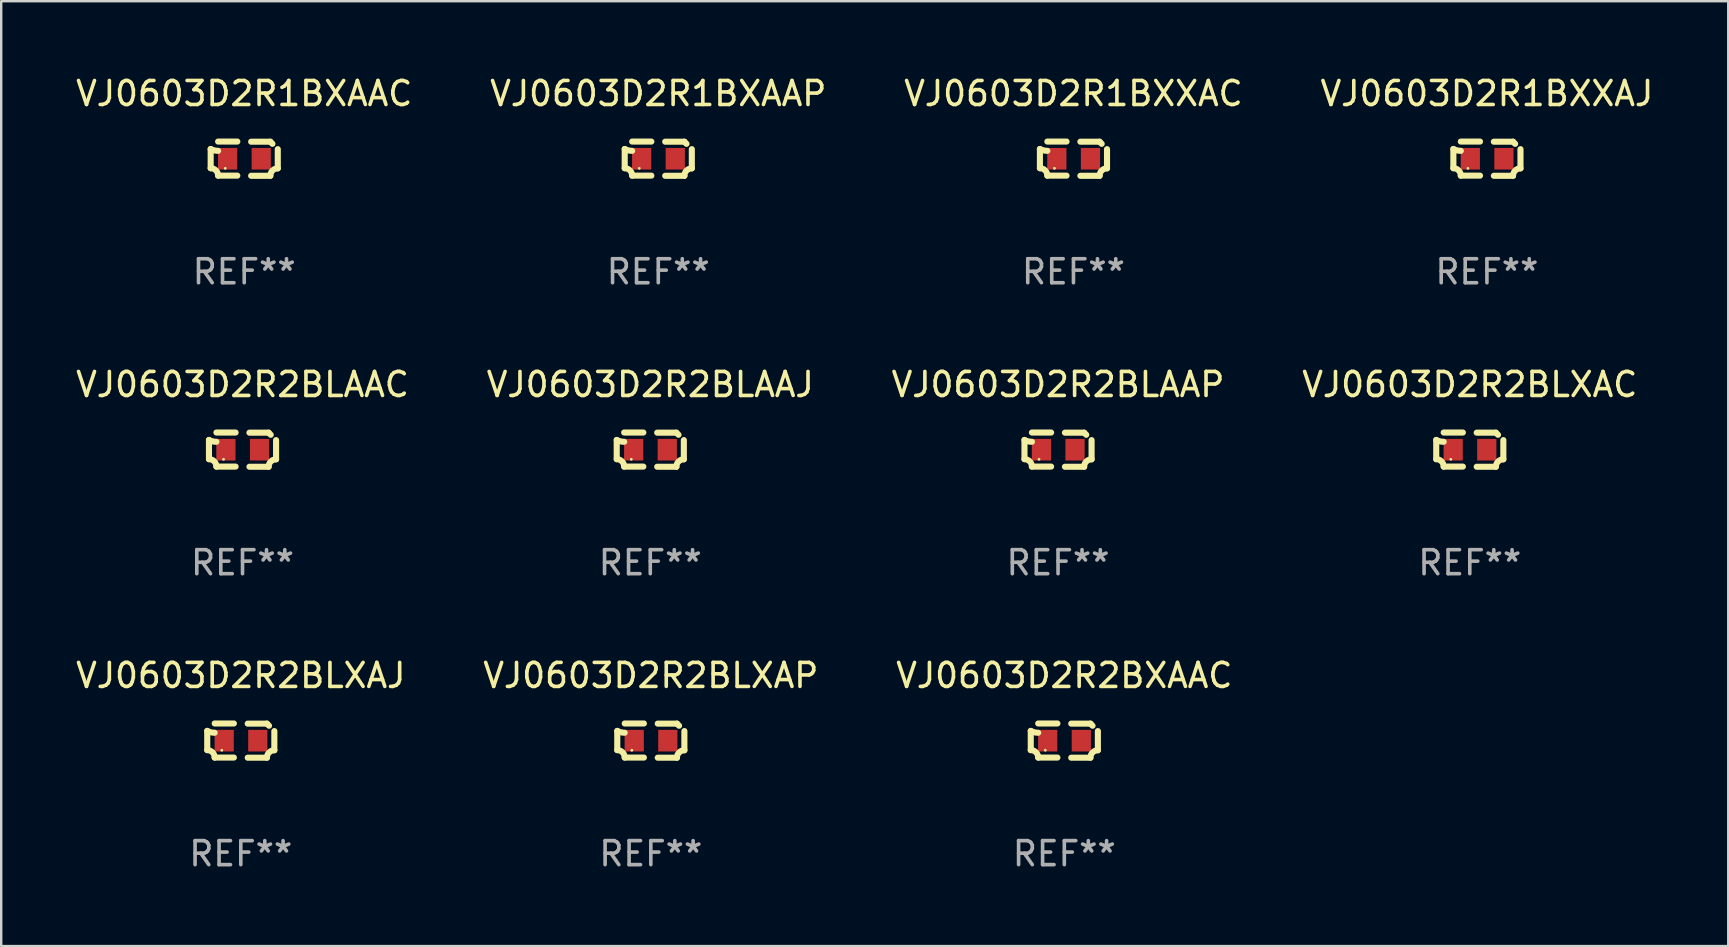
<source format=kicad_pcb>
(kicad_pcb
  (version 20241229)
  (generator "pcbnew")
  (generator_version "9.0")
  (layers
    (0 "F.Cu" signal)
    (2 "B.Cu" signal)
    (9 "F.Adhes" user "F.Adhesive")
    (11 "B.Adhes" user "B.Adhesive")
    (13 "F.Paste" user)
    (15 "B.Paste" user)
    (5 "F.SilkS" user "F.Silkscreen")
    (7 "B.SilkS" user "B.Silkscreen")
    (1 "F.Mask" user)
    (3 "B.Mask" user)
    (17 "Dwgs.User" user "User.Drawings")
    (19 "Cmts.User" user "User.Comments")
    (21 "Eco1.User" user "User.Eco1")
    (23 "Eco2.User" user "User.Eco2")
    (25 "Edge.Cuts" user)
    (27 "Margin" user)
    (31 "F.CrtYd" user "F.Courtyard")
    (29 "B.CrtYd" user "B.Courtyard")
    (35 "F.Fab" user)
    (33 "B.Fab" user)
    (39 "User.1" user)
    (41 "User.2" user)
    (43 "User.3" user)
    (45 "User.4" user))
  (footprint "VJ0603D2R2BLXAC"
    (layer "F.Cu")
    (at 58.185 15.683)
    (property "Reference" "VJ0603D2R2BLXAC" (at 0 -2.713 0) (layer "F.SilkS") (effects (font (size 1 1) (thickness 0.15))))
    (attr through_hole)
    (fp_line (start -1.398 -0.403) (end -1.398 0.397) (stroke (width 0.254) (type solid)) (layer "F.SilkS"))
    (fp_line (start -0.288 -0.713) (end -1.088 -0.713) (stroke (width 0.254) (type solid)) (layer "F.SilkS"))
    (fp_line (start -0.288 0.707) (end -1.088 0.707) (stroke (width 0.254) (type solid)) (layer "F.SilkS"))
    (fp_line (start 0.288 -0.707) (end 1.088 -0.707) (stroke (width 0.254) (type solid)) (layer "F.SilkS"))
    (fp_line (start 0.288 0.713) (end 1.088 0.713) (stroke (width 0.254) (type solid)) (layer "F.SilkS"))
    (fp_line (start 1.398 -0.397) (end 1.398 0.403) (stroke (width 0.254) (type solid)) (layer "F.SilkS"))
    (fp_arc (start -1.397789 0.397066) (mid -1.178701 0.487826) (end -1.08796 0.706922) (stroke (width 0.254001) (type solid)) (layer "F.SilkS"))
    (fp_arc (start -1.08796 -0.327176) (mid -1.247436 -0.346384) (end -1.39779 -0.402908) (stroke (width 0.254001) (type solid)) (layer "F.SilkS"))
    (fp_arc (start 1.087909 0.712738) (mid 1.178656 0.493655) (end 1.397739 0.402908) (stroke (width 0.254001) (type solid)) (layer "F.SilkS"))
    (fp_arc (start 1.175925 -0.618926) (mid 1.131917 -0.662923) (end 1.08791 -0.706922) (stroke (width 0.254001) (type solid)) (layer "F.SilkS"))
    (fp_circle (center -0.792 0.403) (end -0.762 0.403) (stroke (width 0.06) (type solid)) (fill no) (layer "F.SilkS"))
    (fp_text user "REF**" (at 0 4.713 0) (layer "F.Fab") (effects (font (size 1 1) (thickness 0.15))))
    (pad "1" smd rect (at -0.692 0.003) (size 0.8 0.9) (layers "F.Cu" "F.Mask" "F.Paste"))
    (pad "2" smd rect (at 0.708 0.003) (size 0.8 0.9) (layers "F.Cu" "F.Mask" "F.Paste")))
  (footprint "VJ0603D2R2BLAAJ"
    (layer "F.Cu")
    (at 24.042 15.683)
    (property "Reference" "VJ0603D2R2BLAAJ" (at 0 -2.713 0) (layer "F.SilkS") (effects (font (size 1 1) (thickness 0.15))))
    (attr through_hole)
    (fp_line (start -1.398 -0.403) (end -1.398 0.397) (stroke (width 0.254) (type solid)) (layer "F.SilkS"))
    (fp_line (start -0.288 -0.713) (end -1.088 -0.713) (stroke (width 0.254) (type solid)) (layer "F.SilkS"))
    (fp_line (start -0.288 0.707) (end -1.088 0.707) (stroke (width 0.254) (type solid)) (layer "F.SilkS"))
    (fp_line (start 0.288 -0.707) (end 1.088 -0.707) (stroke (width 0.254) (type solid)) (layer "F.SilkS"))
    (fp_line (start 0.288 0.713) (end 1.088 0.713) (stroke (width 0.254) (type solid)) (layer "F.SilkS"))
    (fp_line (start 1.398 -0.397) (end 1.398 0.403) (stroke (width 0.254) (type solid)) (layer "F.SilkS"))
    (fp_arc (start -1.397789 0.397066) (mid -1.178701 0.487826) (end -1.08796 0.706922) (stroke (width 0.254001) (type solid)) (layer "F.SilkS"))
    (fp_arc (start -1.08796 -0.327176) (mid -1.247436 -0.346384) (end -1.39779 -0.402908) (stroke (width 0.254001) (type solid)) (layer "F.SilkS"))
    (fp_arc (start 1.087909 0.712738) (mid 1.178656 0.493655) (end 1.397739 0.402908) (stroke (width 0.254001) (type solid)) (layer "F.SilkS"))
    (fp_arc (start 1.175925 -0.618926) (mid 1.131917 -0.662923) (end 1.08791 -0.706922) (stroke (width 0.254001) (type solid)) (layer "F.SilkS"))
    (fp_circle (center -0.792 0.403) (end -0.762 0.403) (stroke (width 0.06) (type solid)) (fill no) (layer "F.SilkS"))
    (fp_text user "REF**" (at 0 4.713 0) (layer "F.Fab") (effects (font (size 1 1) (thickness 0.15))))
    (pad "1" smd rect (at -0.692 0.003) (size 0.8 0.9) (layers "F.Cu" "F.Mask" "F.Paste"))
    (pad "2" smd rect (at 0.708 0.003) (size 0.8 0.9) (layers "F.Cu" "F.Mask" "F.Paste")))
  (footprint "VJ0603D2R2BLXAP"
    (layer "F.Cu")
    (at 24.065 27.805)
    (property "Reference" "VJ0603D2R2BLXAP" (at 0 -2.713 0) (layer "F.SilkS") (effects (font (size 1 1) (thickness 0.15))))
    (attr through_hole)
    (fp_line (start -1.398 -0.403) (end -1.398 0.397) (stroke (width 0.254) (type solid)) (layer "F.SilkS"))
    (fp_line (start -0.288 -0.713) (end -1.088 -0.713) (stroke (width 0.254) (type solid)) (layer "F.SilkS"))
    (fp_line (start -0.288 0.707) (end -1.088 0.707) (stroke (width 0.254) (type solid)) (layer "F.SilkS"))
    (fp_line (start 0.288 -0.707) (end 1.088 -0.707) (stroke (width 0.254) (type solid)) (layer "F.SilkS"))
    (fp_line (start 0.288 0.713) (end 1.088 0.713) (stroke (width 0.254) (type solid)) (layer "F.SilkS"))
    (fp_line (start 1.398 -0.397) (end 1.398 0.403) (stroke (width 0.254) (type solid)) (layer "F.SilkS"))
    (fp_arc (start -1.397789 0.397066) (mid -1.178701 0.487826) (end -1.08796 0.706922) (stroke (width 0.254001) (type solid)) (layer "F.SilkS"))
    (fp_arc (start -1.08796 -0.327176) (mid -1.247436 -0.346384) (end -1.39779 -0.402908) (stroke (width 0.254001) (type solid)) (layer "F.SilkS"))
    (fp_arc (start 1.087909 0.712738) (mid 1.178656 0.493655) (end 1.397739 0.402908) (stroke (width 0.254001) (type solid)) (layer "F.SilkS"))
    (fp_arc (start 1.175925 -0.618926) (mid 1.131917 -0.662923) (end 1.08791 -0.706922) (stroke (width 0.254001) (type solid)) (layer "F.SilkS"))
    (fp_circle (center -0.792 0.403) (end -0.762 0.403) (stroke (width 0.06) (type solid)) (fill no) (layer "F.SilkS"))
    (fp_text user "REF**" (at 0 4.713 0) (layer "F.Fab") (effects (font (size 1 1) (thickness 0.15))))
    (pad "1" smd rect (at -0.692 0.003) (size 0.8 0.9) (layers "F.Cu" "F.Mask" "F.Paste"))
    (pad "2" smd rect (at 0.708 0.003) (size 0.8 0.9) (layers "F.Cu" "F.Mask" "F.Paste")))
  (footprint "VJ0603D2R1BXAAC"
    (layer "F.Cu")
    (at 7.125 3.561)
    (property "Reference" "VJ0603D2R1BXAAC" (at 0 -2.713 0) (layer "F.SilkS") (effects (font (size 1 1) (thickness 0.15))))
    (attr through_hole)
    (fp_line (start -1.398 -0.403) (end -1.398 0.397) (stroke (width 0.254) (type solid)) (layer "F.SilkS"))
    (fp_line (start -0.288 -0.713) (end -1.088 -0.713) (stroke (width 0.254) (type solid)) (layer "F.SilkS"))
    (fp_line (start -0.288 0.707) (end -1.088 0.707) (stroke (width 0.254) (type solid)) (layer "F.SilkS"))
    (fp_line (start 0.288 -0.707) (end 1.088 -0.707) (stroke (width 0.254) (type solid)) (layer "F.SilkS"))
    (fp_line (start 0.288 0.713) (end 1.088 0.713) (stroke (width 0.254) (type solid)) (layer "F.SilkS"))
    (fp_line (start 1.398 -0.397) (end 1.398 0.403) (stroke (width 0.254) (type solid)) (layer "F.SilkS"))
    (fp_arc (start -1.397789 0.397066) (mid -1.178701 0.487826) (end -1.08796 0.706922) (stroke (width 0.254001) (type solid)) (layer "F.SilkS"))
    (fp_arc (start -1.08796 -0.327176) (mid -1.247436 -0.346384) (end -1.39779 -0.402908) (stroke (width 0.254001) (type solid)) (layer "F.SilkS"))
    (fp_arc (start 1.087909 0.712738) (mid 1.178656 0.493655) (end 1.397739 0.402908) (stroke (width 0.254001) (type solid)) (layer "F.SilkS"))
    (fp_arc (start 1.175925 -0.618926) (mid 1.131917 -0.662923) (end 1.08791 -0.706922) (stroke (width 0.254001) (type solid)) (layer "F.SilkS"))
    (fp_circle (center -0.792 0.403) (end -0.762 0.403) (stroke (width 0.06) (type solid)) (fill no) (layer "F.SilkS"))
    (fp_text user "REF**" (at 0 4.713 0) (layer "F.Fab") (effects (font (size 1 1) (thickness 0.15))))
    (pad "1" smd rect (at -0.692 0.003) (size 0.8 0.9) (layers "F.Cu" "F.Mask" "F.Paste"))
    (pad "2" smd rect (at 0.708 0.003) (size 0.8 0.9) (layers "F.Cu" "F.Mask" "F.Paste")))
  (footprint "VJ0603D2R2BLAAC"
    (layer "F.Cu")
    (at 7.054 15.683)
    (property "Reference" "VJ0603D2R2BLAAC" (at 0 -2.713 0) (layer "F.SilkS") (effects (font (size 1 1) (thickness 0.15))))
    (attr through_hole)
    (fp_line (start -1.398 -0.403) (end -1.398 0.397) (stroke (width 0.254) (type solid)) (layer "F.SilkS"))
    (fp_line (start -0.288 -0.713) (end -1.088 -0.713) (stroke (width 0.254) (type solid)) (layer "F.SilkS"))
    (fp_line (start -0.288 0.707) (end -1.088 0.707) (stroke (width 0.254) (type solid)) (layer "F.SilkS"))
    (fp_line (start 0.288 -0.707) (end 1.088 -0.707) (stroke (width 0.254) (type solid)) (layer "F.SilkS"))
    (fp_line (start 0.288 0.713) (end 1.088 0.713) (stroke (width 0.254) (type solid)) (layer "F.SilkS"))
    (fp_line (start 1.398 -0.397) (end 1.398 0.403) (stroke (width 0.254) (type solid)) (layer "F.SilkS"))
    (fp_arc (start -1.397789 0.397066) (mid -1.178701 0.487826) (end -1.08796 0.706922) (stroke (width 0.254001) (type solid)) (layer "F.SilkS"))
    (fp_arc (start -1.08796 -0.327176) (mid -1.247436 -0.346384) (end -1.39779 -0.402908) (stroke (width 0.254001) (type solid)) (layer "F.SilkS"))
    (fp_arc (start 1.087909 0.712738) (mid 1.178656 0.493655) (end 1.397739 0.402908) (stroke (width 0.254001) (type solid)) (layer "F.SilkS"))
    (fp_arc (start 1.175925 -0.618926) (mid 1.131917 -0.662923) (end 1.08791 -0.706922) (stroke (width 0.254001) (type solid)) (layer "F.SilkS"))
    (fp_circle (center -0.792 0.403) (end -0.762 0.403) (stroke (width 0.06) (type solid)) (fill no) (layer "F.SilkS"))
    (fp_text user "REF**" (at 0 4.713 0) (layer "F.Fab") (effects (font (size 1 1) (thickness 0.15))))
    (pad "1" smd rect (at -0.692 0.003) (size 0.8 0.9) (layers "F.Cu" "F.Mask" "F.Paste"))
    (pad "2" smd rect (at 0.708 0.003) (size 0.8 0.9) (layers "F.Cu" "F.Mask" "F.Paste")))
  (footprint "VJ0603D2R1BXAAP"
    (layer "F.Cu")
    (at 24.375 3.561)
    (property "Reference" "VJ0603D2R1BXAAP" (at 0 -2.713 0) (layer "F.SilkS") (effects (font (size 1 1) (thickness 0.15))))
    (attr through_hole)
    (fp_line (start -1.398 -0.403) (end -1.398 0.397) (stroke (width 0.254) (type solid)) (layer "F.SilkS"))
    (fp_line (start -0.288 -0.713) (end -1.088 -0.713) (stroke (width 0.254) (type solid)) (layer "F.SilkS"))
    (fp_line (start -0.288 0.707) (end -1.088 0.707) (stroke (width 0.254) (type solid)) (layer "F.SilkS"))
    (fp_line (start 0.288 -0.707) (end 1.088 -0.707) (stroke (width 0.254) (type solid)) (layer "F.SilkS"))
    (fp_line (start 0.288 0.713) (end 1.088 0.713) (stroke (width 0.254) (type solid)) (layer "F.SilkS"))
    (fp_line (start 1.398 -0.397) (end 1.398 0.403) (stroke (width 0.254) (type solid)) (layer "F.SilkS"))
    (fp_arc (start -1.397789 0.397066) (mid -1.178701 0.487826) (end -1.08796 0.706922) (stroke (width 0.254001) (type solid)) (layer "F.SilkS"))
    (fp_arc (start -1.08796 -0.327176) (mid -1.247436 -0.346384) (end -1.39779 -0.402908) (stroke (width 0.254001) (type solid)) (layer "F.SilkS"))
    (fp_arc (start 1.087909 0.712738) (mid 1.178656 0.493655) (end 1.397739 0.402908) (stroke (width 0.254001) (type solid)) (layer "F.SilkS"))
    (fp_arc (start 1.175925 -0.618926) (mid 1.131917 -0.662923) (end 1.08791 -0.706922) (stroke (width 0.254001) (type solid)) (layer "F.SilkS"))
    (fp_circle (center -0.792 0.403) (end -0.762 0.403) (stroke (width 0.06) (type solid)) (fill no) (layer "F.SilkS"))
    (fp_text user "REF**" (at 0 4.713 0) (layer "F.Fab") (effects (font (size 1 1) (thickness 0.15))))
    (pad "1" smd rect (at -0.692 0.003) (size 0.8 0.9) (layers "F.Cu" "F.Mask" "F.Paste"))
    (pad "2" smd rect (at 0.708 0.003) (size 0.8 0.9) (layers "F.Cu" "F.Mask" "F.Paste")))
  (footprint "VJ0603D2R2BXAAC"
    (layer "F.Cu")
    (at 41.292 27.805)
    (property "Reference" "VJ0603D2R2BXAAC" (at 0 -2.713 0) (layer "F.SilkS") (effects (font (size 1 1) (thickness 0.15))))
    (attr through_hole)
    (fp_line (start -1.398 -0.403) (end -1.398 0.397) (stroke (width 0.254) (type solid)) (layer "F.SilkS"))
    (fp_line (start -0.288 -0.713) (end -1.088 -0.713) (stroke (width 0.254) (type solid)) (layer "F.SilkS"))
    (fp_line (start -0.288 0.707) (end -1.088 0.707) (stroke (width 0.254) (type solid)) (layer "F.SilkS"))
    (fp_line (start 0.288 -0.707) (end 1.088 -0.707) (stroke (width 0.254) (type solid)) (layer "F.SilkS"))
    (fp_line (start 0.288 0.713) (end 1.088 0.713) (stroke (width 0.254) (type solid)) (layer "F.SilkS"))
    (fp_line (start 1.398 -0.397) (end 1.398 0.403) (stroke (width 0.254) (type solid)) (layer "F.SilkS"))
    (fp_arc (start -1.397789 0.397066) (mid -1.178701 0.487826) (end -1.08796 0.706922) (stroke (width 0.254001) (type solid)) (layer "F.SilkS"))
    (fp_arc (start -1.08796 -0.327176) (mid -1.247436 -0.346384) (end -1.39779 -0.402908) (stroke (width 0.254001) (type solid)) (layer "F.SilkS"))
    (fp_arc (start 1.087909 0.712738) (mid 1.178656 0.493655) (end 1.397739 0.402908) (stroke (width 0.254001) (type solid)) (layer "F.SilkS"))
    (fp_arc (start 1.175925 -0.618926) (mid 1.131917 -0.662923) (end 1.08791 -0.706922) (stroke (width 0.254001) (type solid)) (layer "F.SilkS"))
    (fp_circle (center -0.792 0.403) (end -0.762 0.403) (stroke (width 0.06) (type solid)) (fill no) (layer "F.SilkS"))
    (fp_text user "REF**" (at 0 4.713 0) (layer "F.Fab") (effects (font (size 1 1) (thickness 0.15))))
    (pad "1" smd rect (at -0.692 0.003) (size 0.8 0.9) (layers "F.Cu" "F.Mask" "F.Paste"))
    (pad "2" smd rect (at 0.708 0.003) (size 0.8 0.9) (layers "F.Cu" "F.Mask" "F.Paste")))
  (footprint "VJ0603D2R1BXXAJ"
    (layer "F.Cu")
    (at 58.899 3.561)
    (property "Reference" "VJ0603D2R1BXXAJ" (at 0 -2.713 0) (layer "F.SilkS") (effects (font (size 1 1) (thickness 0.15))))
    (attr through_hole)
    (fp_line (start -1.398 -0.403) (end -1.398 0.397) (stroke (width 0.254) (type solid)) (layer "F.SilkS"))
    (fp_line (start -0.288 -0.713) (end -1.088 -0.713) (stroke (width 0.254) (type solid)) (layer "F.SilkS"))
    (fp_line (start -0.288 0.707) (end -1.088 0.707) (stroke (width 0.254) (type solid)) (layer "F.SilkS"))
    (fp_line (start 0.288 -0.707) (end 1.088 -0.707) (stroke (width 0.254) (type solid)) (layer "F.SilkS"))
    (fp_line (start 0.288 0.713) (end 1.088 0.713) (stroke (width 0.254) (type solid)) (layer "F.SilkS"))
    (fp_line (start 1.398 -0.397) (end 1.398 0.403) (stroke (width 0.254) (type solid)) (layer "F.SilkS"))
    (fp_arc (start -1.397789 0.397066) (mid -1.178701 0.487826) (end -1.08796 0.706922) (stroke (width 0.254001) (type solid)) (layer "F.SilkS"))
    (fp_arc (start -1.08796 -0.327176) (mid -1.247436 -0.346384) (end -1.39779 -0.402908) (stroke (width 0.254001) (type solid)) (layer "F.SilkS"))
    (fp_arc (start 1.087909 0.712738) (mid 1.178656 0.493655) (end 1.397739 0.402908) (stroke (width 0.254001) (type solid)) (layer "F.SilkS"))
    (fp_arc (start 1.175925 -0.618926) (mid 1.131917 -0.662923) (end 1.08791 -0.706922) (stroke (width 0.254001) (type solid)) (layer "F.SilkS"))
    (fp_circle (center -0.792 0.403) (end -0.762 0.403) (stroke (width 0.06) (type solid)) (fill no) (layer "F.SilkS"))
    (fp_text user "REF**" (at 0 4.713 0) (layer "F.Fab") (effects (font (size 1 1) (thickness 0.15))))
    (pad "1" smd rect (at -0.692 0.003) (size 0.8 0.9) (layers "F.Cu" "F.Mask" "F.Paste"))
    (pad "2" smd rect (at 0.708 0.003) (size 0.8 0.9) (layers "F.Cu" "F.Mask" "F.Paste")))
  (footprint "VJ0603D2R2BLAAP"
    (layer "F.Cu")
    (at 41.03 15.683)
    (property "Reference" "VJ0603D2R2BLAAP" (at 0 -2.713 0) (layer "F.SilkS") (effects (font (size 1 1) (thickness 0.15))))
    (attr through_hole)
    (fp_line (start -1.398 -0.403) (end -1.398 0.397) (stroke (width 0.254) (type solid)) (layer "F.SilkS"))
    (fp_line (start -0.288 -0.713) (end -1.088 -0.713) (stroke (width 0.254) (type solid)) (layer "F.SilkS"))
    (fp_line (start -0.288 0.707) (end -1.088 0.707) (stroke (width 0.254) (type solid)) (layer "F.SilkS"))
    (fp_line (start 0.288 -0.707) (end 1.088 -0.707) (stroke (width 0.254) (type solid)) (layer "F.SilkS"))
    (fp_line (start 0.288 0.713) (end 1.088 0.713) (stroke (width 0.254) (type solid)) (layer "F.SilkS"))
    (fp_line (start 1.398 -0.397) (end 1.398 0.403) (stroke (width 0.254) (type solid)) (layer "F.SilkS"))
    (fp_arc (start -1.397789 0.397066) (mid -1.178701 0.487826) (end -1.08796 0.706922) (stroke (width 0.254001) (type solid)) (layer "F.SilkS"))
    (fp_arc (start -1.08796 -0.327176) (mid -1.247436 -0.346384) (end -1.39779 -0.402908) (stroke (width 0.254001) (type solid)) (layer "F.SilkS"))
    (fp_arc (start 1.087909 0.712738) (mid 1.178656 0.493655) (end 1.397739 0.402908) (stroke (width 0.254001) (type solid)) (layer "F.SilkS"))
    (fp_arc (start 1.175925 -0.618926) (mid 1.131917 -0.662923) (end 1.08791 -0.706922) (stroke (width 0.254001) (type solid)) (layer "F.SilkS"))
    (fp_circle (center -0.792 0.403) (end -0.762 0.403) (stroke (width 0.06) (type solid)) (fill no) (layer "F.SilkS"))
    (fp_text user "REF**" (at 0 4.713 0) (layer "F.Fab") (effects (font (size 1 1) (thickness 0.15))))
    (pad "1" smd rect (at -0.692 0.003) (size 0.8 0.9) (layers "F.Cu" "F.Mask" "F.Paste"))
    (pad "2" smd rect (at 0.708 0.003) (size 0.8 0.9) (layers "F.Cu" "F.Mask" "F.Paste")))
  (footprint "VJ0603D2R1BXXAC"
    (layer "F.Cu")
    (at 41.673 3.561)
    (property "Reference" "VJ0603D2R1BXXAC" (at 0 -2.713 0) (layer "F.SilkS") (effects (font (size 1 1) (thickness 0.15))))
    (attr through_hole)
    (fp_line (start -1.398 -0.403) (end -1.398 0.397) (stroke (width 0.254) (type solid)) (layer "F.SilkS"))
    (fp_line (start -0.288 -0.713) (end -1.088 -0.713) (stroke (width 0.254) (type solid)) (layer "F.SilkS"))
    (fp_line (start -0.288 0.707) (end -1.088 0.707) (stroke (width 0.254) (type solid)) (layer "F.SilkS"))
    (fp_line (start 0.288 -0.707) (end 1.088 -0.707) (stroke (width 0.254) (type solid)) (layer "F.SilkS"))
    (fp_line (start 0.288 0.713) (end 1.088 0.713) (stroke (width 0.254) (type solid)) (layer "F.SilkS"))
    (fp_line (start 1.398 -0.397) (end 1.398 0.403) (stroke (width 0.254) (type solid)) (layer "F.SilkS"))
    (fp_arc (start -1.397789 0.397066) (mid -1.178701 0.487826) (end -1.08796 0.706922) (stroke (width 0.254001) (type solid)) (layer "F.SilkS"))
    (fp_arc (start -1.08796 -0.327176) (mid -1.247436 -0.346384) (end -1.39779 -0.402908) (stroke (width 0.254001) (type solid)) (layer "F.SilkS"))
    (fp_arc (start 1.087909 0.712738) (mid 1.178656 0.493655) (end 1.397739 0.402908) (stroke (width 0.254001) (type solid)) (layer "F.SilkS"))
    (fp_arc (start 1.175925 -0.618926) (mid 1.131917 -0.662923) (end 1.08791 -0.706922) (stroke (width 0.254001) (type solid)) (layer "F.SilkS"))
    (fp_circle (center -0.792 0.403) (end -0.762 0.403) (stroke (width 0.06) (type solid)) (fill no) (layer "F.SilkS"))
    (fp_text user "REF**" (at 0 4.713 0) (layer "F.Fab") (effects (font (size 1 1) (thickness 0.15))))
    (pad "1" smd rect (at -0.692 0.003) (size 0.8 0.9) (layers "F.Cu" "F.Mask" "F.Paste"))
    (pad "2" smd rect (at 0.708 0.003) (size 0.8 0.9) (layers "F.Cu" "F.Mask" "F.Paste")))
  (footprint "VJ0603D2R2BLXAJ"
    (layer "F.Cu")
    (at 6.982 27.805)
    (property "Reference" "VJ0603D2R2BLXAJ" (at 0 -2.713 0) (layer "F.SilkS") (effects (font (size 1 1) (thickness 0.15))))
    (attr through_hole)
    (fp_line (start -1.398 -0.403) (end -1.398 0.397) (stroke (width 0.254) (type solid)) (layer "F.SilkS"))
    (fp_line (start -0.288 -0.713) (end -1.088 -0.713) (stroke (width 0.254) (type solid)) (layer "F.SilkS"))
    (fp_line (start -0.288 0.707) (end -1.088 0.707) (stroke (width 0.254) (type solid)) (layer "F.SilkS"))
    (fp_line (start 0.288 -0.707) (end 1.088 -0.707) (stroke (width 0.254) (type solid)) (layer "F.SilkS"))
    (fp_line (start 0.288 0.713) (end 1.088 0.713) (stroke (width 0.254) (type solid)) (layer "F.SilkS"))
    (fp_line (start 1.398 -0.397) (end 1.398 0.403) (stroke (width 0.254) (type solid)) (layer "F.SilkS"))
    (fp_arc (start -1.397789 0.397066) (mid -1.178701 0.487826) (end -1.08796 0.706922) (stroke (width 0.254001) (type solid)) (layer "F.SilkS"))
    (fp_arc (start -1.08796 -0.327176) (mid -1.247436 -0.346384) (end -1.39779 -0.402908) (stroke (width 0.254001) (type solid)) (layer "F.SilkS"))
    (fp_arc (start 1.087909 0.712738) (mid 1.178656 0.493655) (end 1.397739 0.402908) (stroke (width 0.254001) (type solid)) (layer "F.SilkS"))
    (fp_arc (start 1.175925 -0.618926) (mid 1.131917 -0.662923) (end 1.08791 -0.706922) (stroke (width 0.254001) (type solid)) (layer "F.SilkS"))
    (fp_circle (center -0.792 0.403) (end -0.762 0.403) (stroke (width 0.06) (type solid)) (fill no) (layer "F.SilkS"))
    (fp_text user "REF**" (at 0 4.713 0) (layer "F.Fab") (effects (font (size 1 1) (thickness 0.15))))
    (pad "1" smd rect (at -0.692 0.003) (size 0.8 0.9) (layers "F.Cu" "F.Mask" "F.Paste"))
    (pad "2" smd rect (at 0.708 0.003) (size 0.8 0.9) (layers "F.Cu" "F.Mask" "F.Paste")))
  (gr_rect
    (start -3 -3)
    (end 68.952 36.366)
    (stroke (width 0.1) (type default))
    (fill no)
    (layer "Edge.Cuts")))
</source>
